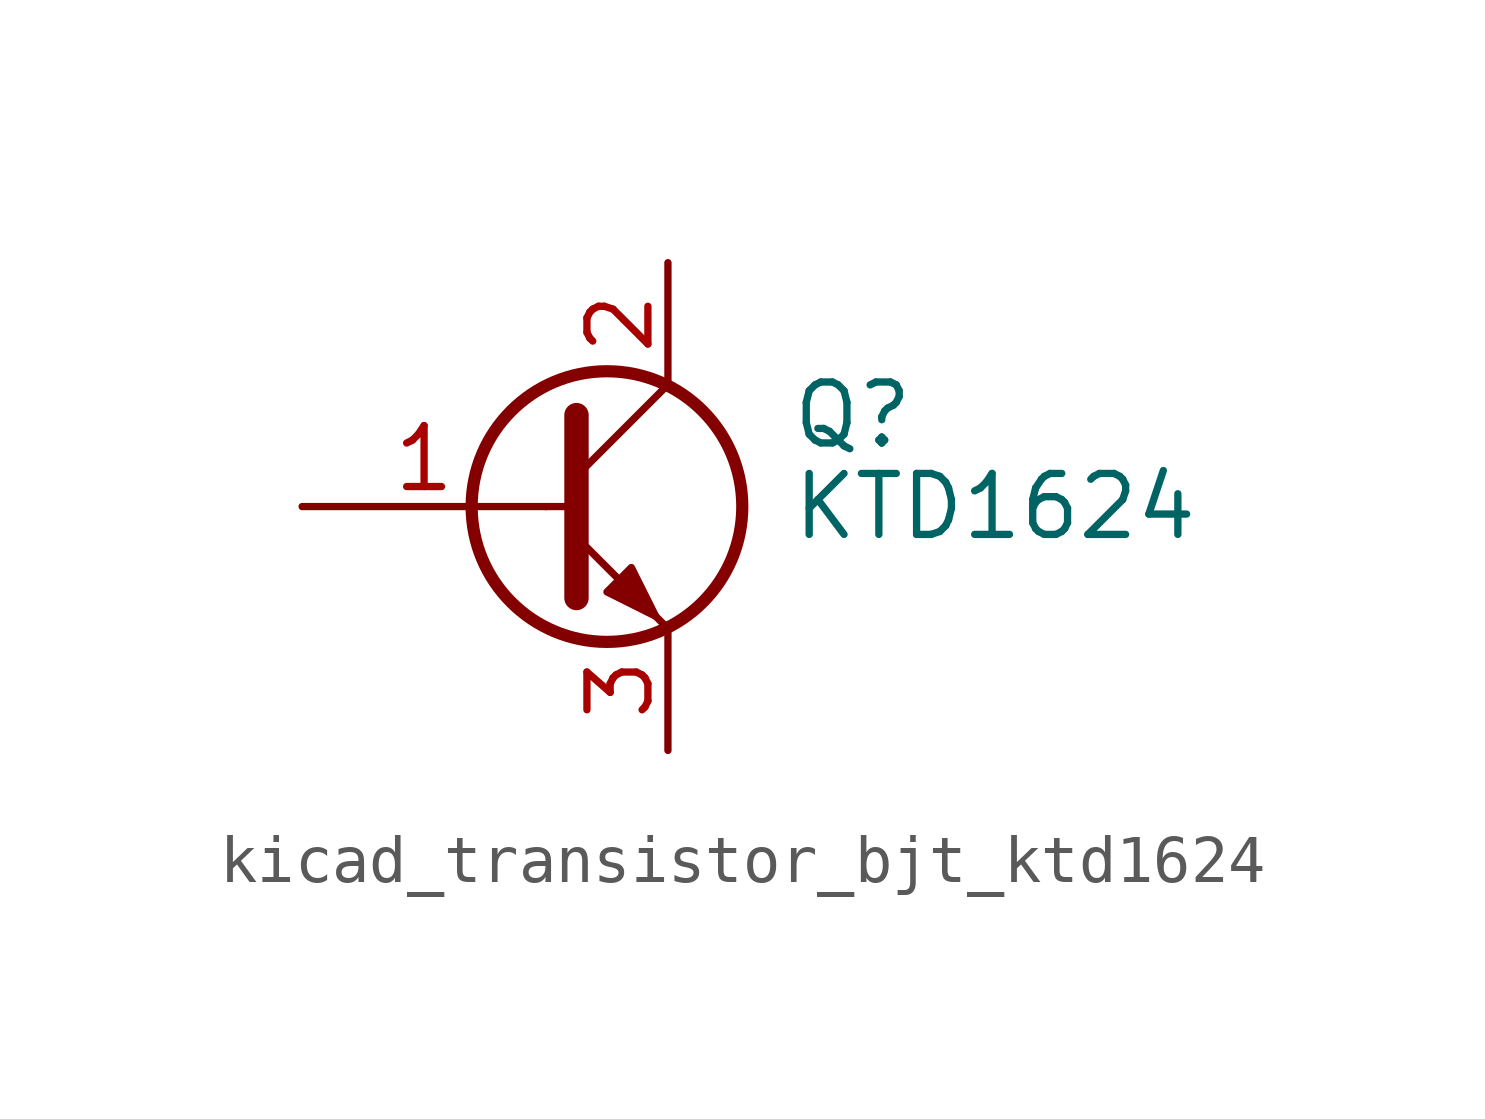
<source format=kicad_sym>
(kicad_symbol_lib
  (version 20220914)
  (generator kicad_symbol_editor)
  (symbol "kicad_transistor_bjt_ktd1624"
    (pin_names
      (offset 0) hide)
    (property "Reference" "Q"
      (at 5.08 1.905 0)
      (effects (font (size 1.27 1.27)) (justify left)))
    (property "Value" "KTD1624"
      (at 5.08 0 0)
      (effects (font (size 1.27 1.27)) (justify left)))
    (symbol "kicad_transistor_bjt_ktd1624_0_1"
      (polyline (pts (xy 0 0) (xy 0.635 0)) (stroke (width 0) (type default)) (fill (type none)))
      (polyline (pts (xy 0.635 0.635) (xy 2.54 2.54)) (stroke (width 0) (type default)) (fill (type none)))
      (polyline (pts (xy 0.635 -0.635) (xy 2.54 -2.54) (xy 2.54 -2.54)) (stroke (width 0) (type default)) (fill (type none)))
      (polyline (pts (xy 0.635 1.905) (xy 0.635 -1.905) (xy 0.635 -1.905)) (stroke (width 0.508) (type default)) (fill (type none)))
      (polyline (pts (xy 1.27 -1.778) (xy 1.778 -1.27) (xy 2.286 -2.286) (xy 1.27 -1.778) (xy 1.27 -1.778)) (stroke (width 0) (type default)) (fill (type outline)))
      (circle (center 1.27 0) (radius 2.819) (stroke (width 0.254) (type default)) (fill (type none))))
    (symbol "kicad_transistor_bjt_ktd1624_1_1"
      (pin input line (at -5.08 0 0) (length 5.08) (name "B" (effects (font (size 1.27 1.27)))) (number "1" (effects (font (size 1.27 1.27)))))
      (pin passive line (at 2.54 5.08 270) (length 2.54) (name "C" (effects (font (size 1.27 1.27)))) (number "2" (effects (font (size 1.27 1.27)))))
      (pin passive line (at 2.54 -5.08 90) (length 2.54) (name "E" (effects (font (size 1.27 1.27)))) (number "3" (effects (font (size 1.27 1.27))))))))
</source>
